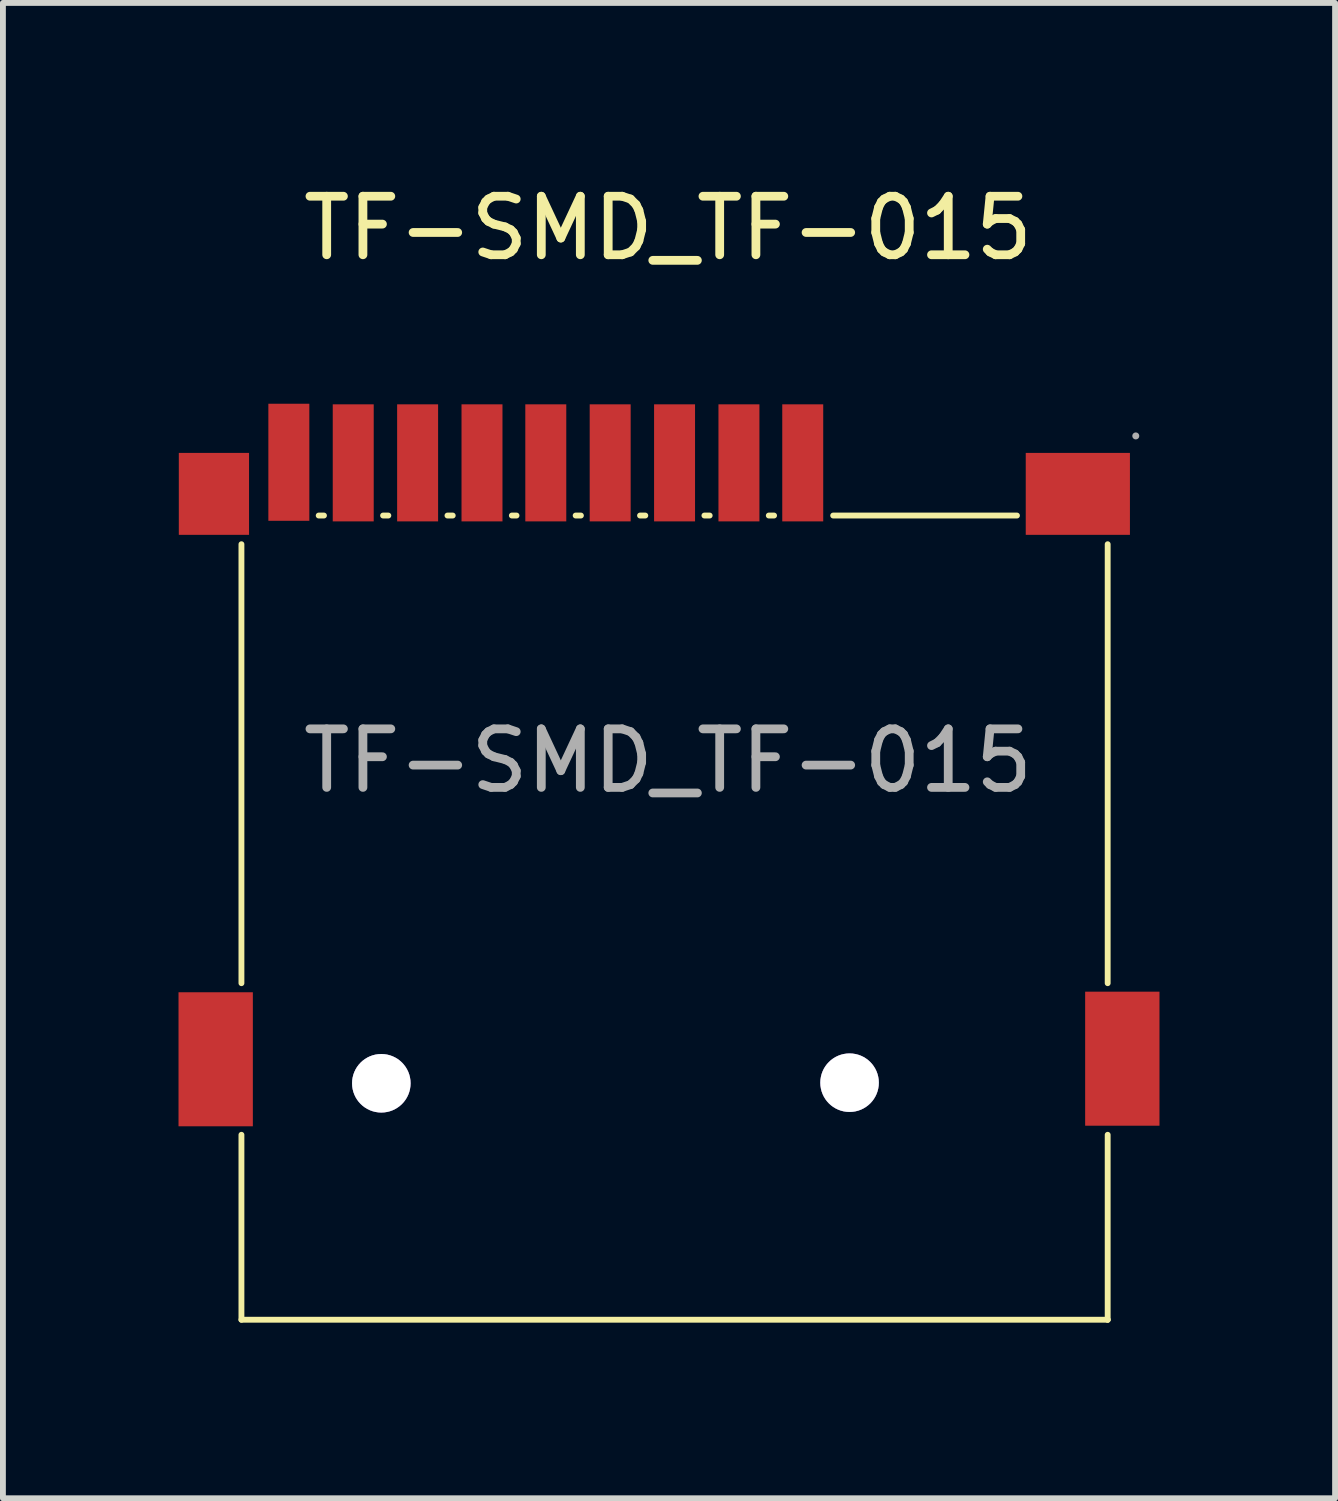
<source format=kicad_pcb>
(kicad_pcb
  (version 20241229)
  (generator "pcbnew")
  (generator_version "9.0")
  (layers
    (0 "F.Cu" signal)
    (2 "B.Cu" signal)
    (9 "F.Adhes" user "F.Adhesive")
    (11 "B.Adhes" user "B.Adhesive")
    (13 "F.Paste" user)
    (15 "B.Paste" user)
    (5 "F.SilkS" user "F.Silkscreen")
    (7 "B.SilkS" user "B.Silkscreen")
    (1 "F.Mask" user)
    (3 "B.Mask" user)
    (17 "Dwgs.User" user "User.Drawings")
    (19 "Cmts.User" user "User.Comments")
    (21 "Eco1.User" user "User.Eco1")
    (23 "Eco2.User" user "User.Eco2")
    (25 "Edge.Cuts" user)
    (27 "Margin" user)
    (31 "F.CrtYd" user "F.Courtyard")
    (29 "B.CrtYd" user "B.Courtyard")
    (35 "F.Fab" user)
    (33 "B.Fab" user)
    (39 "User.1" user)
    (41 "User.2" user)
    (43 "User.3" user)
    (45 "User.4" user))
  (footprint "TF-SMD_TF-015"
    (layer "F.Cu")
    (at 8.365 9.948)
    (property "Reference" "TF-SMD_TF-015" (at 0 -9.1 0) (layer "F.SilkS") (effects (font (size 1 1) (thickness 0.15))))
    (attr smd)
    (fp_line (start -7.29 3.8) (end -7.29 -3.7) (stroke (width 0.1) (type solid)) (layer "F.SilkS"))
    (fp_line (start -7.29 6.39) (end -7.29 9.55) (stroke (width 0.1) (type solid)) (layer "F.SilkS"))
    (fp_line (start -7.29 9.55) (end 7.51 9.55) (stroke (width 0.1) (type solid)) (layer "F.SilkS"))
    (fp_line (start -5.97 -4.19) (end -5.88 -4.19) (stroke (width 0.1) (type solid)) (layer "F.SilkS"))
    (fp_line (start -4.87 -4.19) (end -4.78 -4.19) (stroke (width 0.1) (type solid)) (layer "F.SilkS"))
    (fp_line (start -3.77 -4.19) (end -3.68 -4.19) (stroke (width 0.1) (type solid)) (layer "F.SilkS"))
    (fp_line (start -2.67 -4.19) (end -2.59 -4.19) (stroke (width 0.1) (type solid)) (layer "F.SilkS"))
    (fp_line (start -1.58 -4.19) (end -1.49 -4.19) (stroke (width 0.1) (type solid)) (layer "F.SilkS"))
    (fp_line (start -0.48 -4.19) (end -0.39 -4.19) (stroke (width 0.1) (type solid)) (layer "F.SilkS"))
    (fp_line (start 0.62 -4.19) (end 0.71 -4.19) (stroke (width 0.1) (type solid)) (layer "F.SilkS"))
    (fp_line (start 1.72 -4.19) (end 1.81 -4.19) (stroke (width 0.1) (type solid)) (layer "F.SilkS"))
    (fp_line (start 2.82 -4.19) (end 5.96 -4.19) (stroke (width 0.1) (type solid)) (layer "F.SilkS"))
    (fp_line (start 7.51 -3.7) (end 7.51 3.8) (stroke (width 0.1) (type solid)) (layer "F.SilkS"))
    (fp_line (start 7.51 9.55) (end 7.51 6.39) (stroke (width 0.1) (type solid)) (layer "F.SilkS"))
    (fp_line (start 7.51 9.55) (end 7.51 9.55) (stroke (width 0.1) (type solid)) (layer "F.SilkS"))
    (fp_circle (center -4.9 5.51) (end -4.7 5.51) (stroke (width 0.4) (type solid)) (fill no) (layer "Cmts.User"))
    (fp_circle (center 3.1 5.5) (end 3.3 5.5) (stroke (width 0.4) (type solid)) (fill no) (layer "Cmts.User"))
    (fp_circle (center 7.99 -5.55) (end 8.02 -5.55) (stroke (width 0.06) (type solid)) (fill no) (layer "F.Fab"))
    (fp_text user "${REFERENCE}" (at 0 0 0) (layer "F.Fab") (effects (font (size 1 1) (thickness 0.15))))
    (pad "" thru_hole circle (at -4.9 5.51) (size 1 1) (drill 1) (layers "*.Cu" "*.Mask"))
    (pad "" thru_hole circle (at 3.1 5.5) (size 1 1) (drill 1) (layers "*.Cu" "*.Mask"))
    (pad "1" smd rect (at 2.3 -5.09) (size 0.7 2) (layers "F.Cu" "F.Mask" "F.Paste"))
    (pad "2" smd rect (at 1.21 -5.09) (size 0.7 2) (layers "F.Cu" "F.Mask" "F.Paste"))
    (pad "3" smd rect (at 0.11 -5.09) (size 0.7 2) (layers "F.Cu" "F.Mask" "F.Paste"))
    (pad "4" smd rect (at -0.99 -5.09) (size 0.7 2) (layers "F.Cu" "F.Mask" "F.Paste"))
    (pad "5" smd rect (at -2.09 -5.09) (size 0.7 2) (layers "F.Cu" "F.Mask" "F.Paste"))
    (pad "6" smd rect (at -3.18 -5.09) (size 0.7 2) (layers "F.Cu" "F.Mask" "F.Paste"))
    (pad "7" smd rect (at -4.28 -5.09) (size 0.7 2) (layers "F.Cu" "F.Mask" "F.Paste"))
    (pad "8" smd rect (at -5.38 -5.09) (size 0.7 2) (layers "F.Cu" "F.Mask" "F.Paste"))
    (pad "9" smd rect (at -6.48 -5.1) (size 0.7 2) (layers "F.Cu" "F.Mask" "F.Paste"))
    (pad "10" smd rect (at -7.76 -4.56) (size 1.2 1.4) (layers "F.Cu" "F.Mask" "F.Paste"))
    (pad "11" smd rect (at -7.73 5.1) (size 1.27 2.29) (layers "F.Cu" "F.Mask" "F.Paste"))
    (pad "12" smd rect (at 7.76 5.09) (size 1.27 2.29) (layers "F.Cu" "F.Mask" "F.Paste"))
    (pad "13" smd rect (at 7 -4.56) (size 1.78 1.4) (layers "F.Cu" "F.Mask" "F.Paste")))
  (gr_rect
    (start -3 -3)
    (end 19.76 22.548)
    (stroke (width 0.1) (type default))
    (fill no)
    (layer "Edge.Cuts")))
</source>
